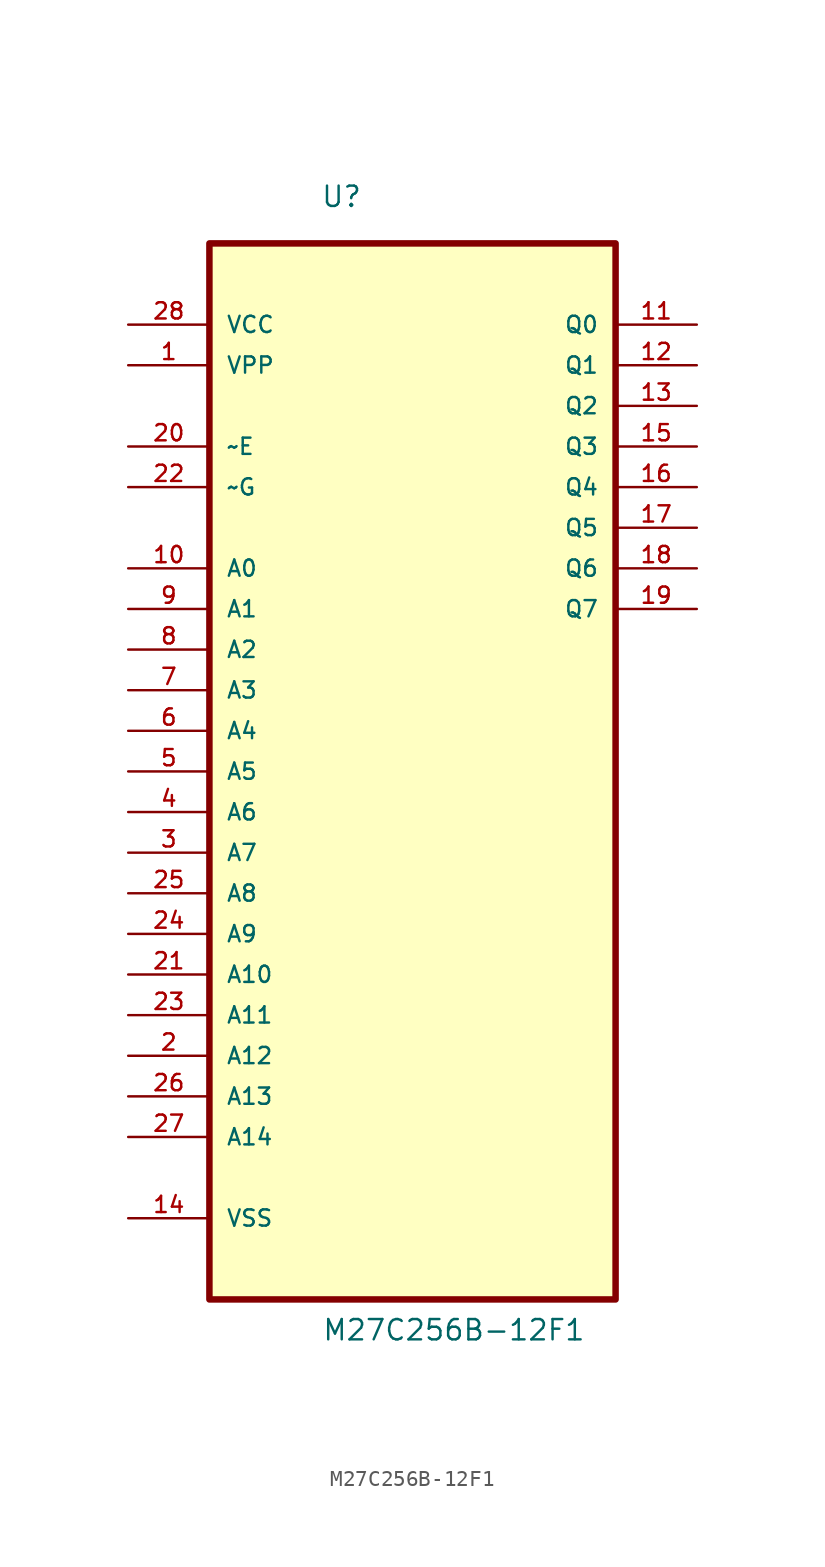
<source format=kicad_sym>
(kicad_symbol_lib
  (version 20211014)
  (generator kicad_symbol_editor)
  (symbol "M27C256B-12F1"
    (pin_names
      (offset 1.016))
    (property "Reference" "U"
      (at -5.749 32.661 0.0)
      (effects (font (size 1.27 1.27)) (justify bottom left)))
    (property "Value" "M27C256B-12F1"
      (at -5.674 -38.217 0.0)
      (effects (font (size 1.27 1.27)) (justify bottom left)))
    (symbol "M27C256B-12F1_0_0"
      (rectangle (start -12.7 -35.56) (end 12.7 30.48) (stroke (width 0.406)) (fill (type background)))
      (pin power_in line (at -17.78 25.4 0) (length 5.08) (name "VCC" (effects (font (size 1.016 1.016)))) (number "28" (effects (font (size 1.016 1.016)))))
      (pin power_in line (at -17.78 22.86 0) (length 5.08) (name "VPP" (effects (font (size 1.016 1.016)))) (number "1" (effects (font (size 1.016 1.016)))))
      (pin input line (at -17.78 17.78 0) (length 5.08) (name "~E" (effects (font (size 1.016 1.016)))) (number "20" (effects (font (size 1.016 1.016)))))
      (pin input line (at -17.78 15.24 0) (length 5.08) (name "~G" (effects (font (size 1.016 1.016)))) (number "22" (effects (font (size 1.016 1.016)))))
      (pin input line (at -17.78 10.16 0) (length 5.08) (name "A0" (effects (font (size 1.016 1.016)))) (number "10" (effects (font (size 1.016 1.016)))))
      (pin input line (at -17.78 7.62 0) (length 5.08) (name "A1" (effects (font (size 1.016 1.016)))) (number "9" (effects (font (size 1.016 1.016)))))
      (pin input line (at -17.78 5.08 0) (length 5.08) (name "A2" (effects (font (size 1.016 1.016)))) (number "8" (effects (font (size 1.016 1.016)))))
      (pin input line (at -17.78 2.54 0) (length 5.08) (name "A3" (effects (font (size 1.016 1.016)))) (number "7" (effects (font (size 1.016 1.016)))))
      (pin input line (at -17.78 0.0 0) (length 5.08) (name "A4" (effects (font (size 1.016 1.016)))) (number "6" (effects (font (size 1.016 1.016)))))
      (pin input line (at -17.78 -2.54 0) (length 5.08) (name "A5" (effects (font (size 1.016 1.016)))) (number "5" (effects (font (size 1.016 1.016)))))
      (pin input line (at -17.78 -5.08 0) (length 5.08) (name "A6" (effects (font (size 1.016 1.016)))) (number "4" (effects (font (size 1.016 1.016)))))
      (pin input line (at -17.78 -7.62 0) (length 5.08) (name "A7" (effects (font (size 1.016 1.016)))) (number "3" (effects (font (size 1.016 1.016)))))
      (pin input line (at -17.78 -10.16 0) (length 5.08) (name "A8" (effects (font (size 1.016 1.016)))) (number "25" (effects (font (size 1.016 1.016)))))
      (pin input line (at -17.78 -12.7 0) (length 5.08) (name "A9" (effects (font (size 1.016 1.016)))) (number "24" (effects (font (size 1.016 1.016)))))
      (pin input line (at -17.78 -15.24 0) (length 5.08) (name "A10" (effects (font (size 1.016 1.016)))) (number "21" (effects (font (size 1.016 1.016)))))
      (pin input line (at -17.78 -17.78 0) (length 5.08) (name "A11" (effects (font (size 1.016 1.016)))) (number "23" (effects (font (size 1.016 1.016)))))
      (pin input line (at -17.78 -20.32 0) (length 5.08) (name "A12" (effects (font (size 1.016 1.016)))) (number "2" (effects (font (size 1.016 1.016)))))
      (pin input line (at -17.78 -22.86 0) (length 5.08) (name "A13" (effects (font (size 1.016 1.016)))) (number "26" (effects (font (size 1.016 1.016)))))
      (pin input line (at -17.78 -25.4 0) (length 5.08) (name "A14" (effects (font (size 1.016 1.016)))) (number "27" (effects (font (size 1.016 1.016)))))
      (pin passive line (at -17.78 -30.48 0) (length 5.08) (name "VSS" (effects (font (size 1.016 1.016)))) (number "14" (effects (font (size 1.016 1.016)))))
      (pin output line (at 17.78 25.4 180.0) (length 5.08) (name "Q0" (effects (font (size 1.016 1.016)))) (number "11" (effects (font (size 1.016 1.016)))))
      (pin output line (at 17.78 22.86 180.0) (length 5.08) (name "Q1" (effects (font (size 1.016 1.016)))) (number "12" (effects (font (size 1.016 1.016)))))
      (pin output line (at 17.78 20.32 180.0) (length 5.08) (name "Q2" (effects (font (size 1.016 1.016)))) (number "13" (effects (font (size 1.016 1.016)))))
      (pin output line (at 17.78 17.78 180.0) (length 5.08) (name "Q3" (effects (font (size 1.016 1.016)))) (number "15" (effects (font (size 1.016 1.016)))))
      (pin output line (at 17.78 15.24 180.0) (length 5.08) (name "Q4" (effects (font (size 1.016 1.016)))) (number "16" (effects (font (size 1.016 1.016)))))
      (pin output line (at 17.78 12.7 180.0) (length 5.08) (name "Q5" (effects (font (size 1.016 1.016)))) (number "17" (effects (font (size 1.016 1.016)))))
      (pin output line (at 17.78 10.16 180.0) (length 5.08) (name "Q6" (effects (font (size 1.016 1.016)))) (number "18" (effects (font (size 1.016 1.016)))))
      (pin output line (at 17.78 7.62 180.0) (length 5.08) (name "Q7" (effects (font (size 1.016 1.016)))) (number "19" (effects (font (size 1.016 1.016))))))))
</source>
